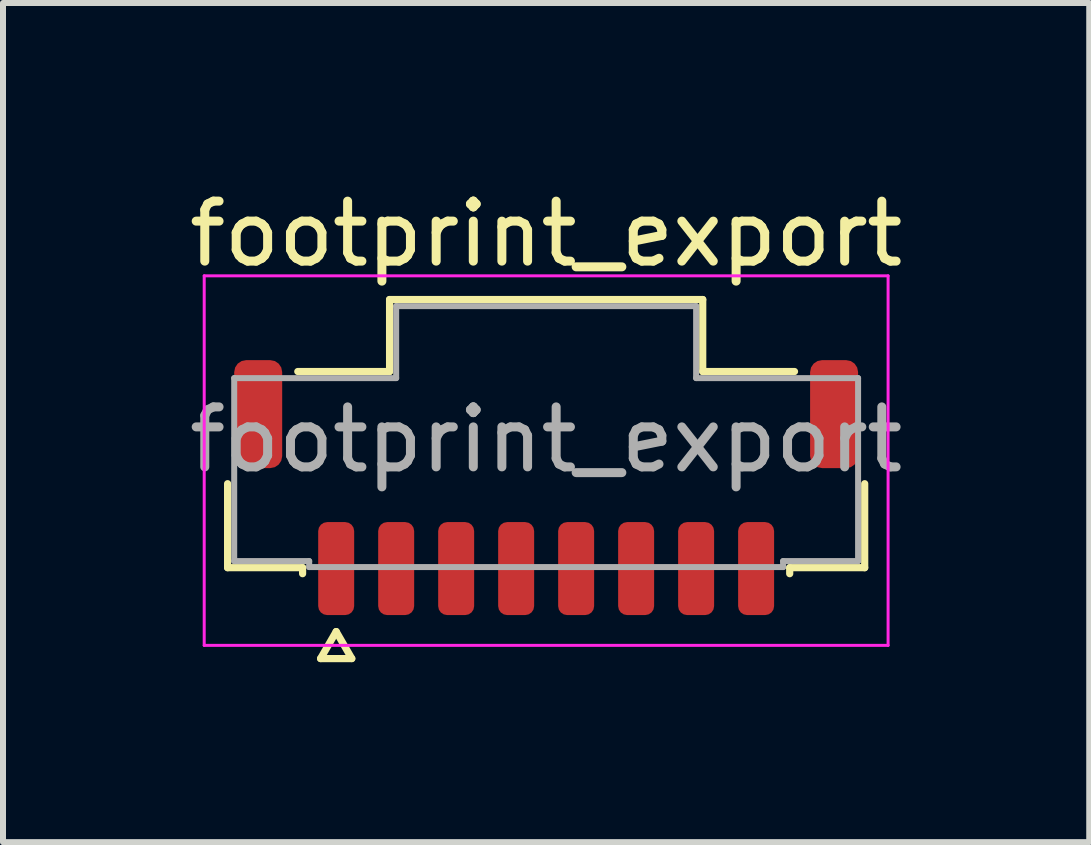
<source format=kicad_pcb>
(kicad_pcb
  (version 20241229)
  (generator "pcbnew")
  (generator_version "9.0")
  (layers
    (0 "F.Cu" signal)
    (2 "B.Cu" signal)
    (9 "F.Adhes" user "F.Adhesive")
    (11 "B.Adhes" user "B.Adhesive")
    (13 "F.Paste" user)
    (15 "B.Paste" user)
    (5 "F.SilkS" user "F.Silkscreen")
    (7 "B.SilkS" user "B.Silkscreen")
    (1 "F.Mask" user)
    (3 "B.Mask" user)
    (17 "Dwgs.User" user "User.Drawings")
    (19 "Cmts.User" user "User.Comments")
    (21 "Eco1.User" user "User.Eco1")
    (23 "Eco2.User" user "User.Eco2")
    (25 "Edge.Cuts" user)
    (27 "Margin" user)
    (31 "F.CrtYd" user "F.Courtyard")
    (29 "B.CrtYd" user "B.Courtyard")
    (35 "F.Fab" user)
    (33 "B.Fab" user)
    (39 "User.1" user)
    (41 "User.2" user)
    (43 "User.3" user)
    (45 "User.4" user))
  (footprint "footprint_export"
    (layer "F.Cu")
    (at 6.054 4.278)
    (property "Reference" "footprint_export" (at 0 -3.43 0) (layer "F.SilkS") (effects (font (size 1 1) (thickness 0.15))))
    (attr smd)
    (fp_line (start -5.31 2.135) (end -5.31 0.735) (stroke (width 0.12) (type solid)) (layer "F.SilkS"))
    (fp_line (start -4.14 -1.135) (end -2.61 -1.135) (stroke (width 0.12) (type solid)) (layer "F.SilkS"))
    (fp_line (start -4.06 2.135) (end -5.31 2.135) (stroke (width 0.12) (type solid)) (layer "F.SilkS"))
    (fp_line (start -4.06 2.235) (end -4.06 2.135) (stroke (width 0.12) (type solid)) (layer "F.SilkS"))
    (fp_line (start -3.76 3.65) (end -3.5 3.2) (stroke (width 0.12) (type solid)) (layer "F.SilkS"))
    (fp_line (start -3.5 3.2) (end -3.24 3.65) (stroke (width 0.12) (type solid)) (layer "F.SilkS"))
    (fp_line (start -3.24 3.65) (end -3.76 3.65) (stroke (width 0.12) (type solid)) (layer "F.SilkS"))
    (fp_line (start -2.61 -2.335) (end 2.61 -2.335) (stroke (width 0.12) (type solid)) (layer "F.SilkS"))
    (fp_line (start -2.61 -1.135) (end -2.61 -2.335) (stroke (width 0.12) (type solid)) (layer "F.SilkS"))
    (fp_line (start 2.61 -2.335) (end 2.61 -1.135) (stroke (width 0.12) (type solid)) (layer "F.SilkS"))
    (fp_line (start 2.61 -1.135) (end 4.14 -1.135) (stroke (width 0.12) (type solid)) (layer "F.SilkS"))
    (fp_line (start 4.06 2.135) (end 4.06 2.235) (stroke (width 0.12) (type solid)) (layer "F.SilkS"))
    (fp_line (start 5.31 0.735) (end 5.31 2.135) (stroke (width 0.12) (type solid)) (layer "F.SilkS"))
    (fp_line (start 5.31 2.135) (end 4.06 2.135) (stroke (width 0.12) (type solid)) (layer "F.SilkS"))
    (fp_line (start -5.7 -2.73) (end -5.7 3.43) (stroke (width 0.05) (type solid)) (layer "F.CrtYd"))
    (fp_line (start -5.7 3.43) (end 5.7 3.43) (stroke (width 0.05) (type solid)) (layer "F.CrtYd"))
    (fp_line (start 5.7 -2.73) (end -5.7 -2.73) (stroke (width 0.05) (type solid)) (layer "F.CrtYd"))
    (fp_line (start 5.7 3.43) (end 5.7 -2.73) (stroke (width 0.05) (type solid)) (layer "F.CrtYd"))
    (fp_line (start -5.2 -1.025) (end -2.5 -1.025) (stroke (width 0.1) (type solid)) (layer "F.Fab"))
    (fp_line (start -5.2 2.025) (end -5.2 -1.025) (stroke (width 0.1) (type solid)) (layer "F.Fab"))
    (fp_line (start -3.95 2.025) (end -5.2 2.025) (stroke (width 0.1) (type solid)) (layer "F.Fab"))
    (fp_line (start -3.95 2.125) (end -3.95 2.025) (stroke (width 0.1) (type solid)) (layer "F.Fab"))
    (fp_line (start -2.5 -2.225) (end 2.5 -2.225) (stroke (width 0.1) (type solid)) (layer "F.Fab"))
    (fp_line (start -2.5 -1.025) (end -2.5 -2.225) (stroke (width 0.1) (type solid)) (layer "F.Fab"))
    (fp_line (start 2.5 -2.225) (end 2.5 -1.025) (stroke (width 0.1) (type solid)) (layer "F.Fab"))
    (fp_line (start 2.5 -1.025) (end 5.2 -1.025) (stroke (width 0.1) (type solid)) (layer "F.Fab"))
    (fp_line (start 3.95 2.025) (end 3.95 2.125) (stroke (width 0.1) (type solid)) (layer "F.Fab"))
    (fp_line (start 3.95 2.125) (end -3.95 2.125) (stroke (width 0.1) (type solid)) (layer "F.Fab"))
    (fp_line (start 5.2 -1.025) (end 5.2 2.025) (stroke (width 0.1) (type solid)) (layer "F.Fab"))
    (fp_line (start 5.2 2.025) (end 3.95 2.025) (stroke (width 0.1) (type solid)) (layer "F.Fab"))
    (fp_text user "${REFERENCE}" (at 0 0 0) (layer "F.Fab") (effects (font (size 1 1) (thickness 0.15))))
    (pad "1" smd roundrect (at -3.5 2.15) (size 0.6 1.55) (layers "F.Cu" "F.Mask" "F.Paste") (roundrect_rratio 0.25))
    (pad "2" smd roundrect (at -2.5 2.15) (size 0.6 1.55) (layers "F.Cu" "F.Mask" "F.Paste") (roundrect_rratio 0.25))
    (pad "3" smd roundrect (at -1.5 2.15) (size 0.6 1.55) (layers "F.Cu" "F.Mask" "F.Paste") (roundrect_rratio 0.25))
    (pad "4" smd roundrect (at -0.5 2.15) (size 0.6 1.55) (layers "F.Cu" "F.Mask" "F.Paste") (roundrect_rratio 0.25))
    (pad "5" smd roundrect (at 0.5 2.15) (size 0.6 1.55) (layers "F.Cu" "F.Mask" "F.Paste") (roundrect_rratio 0.25))
    (pad "6" smd roundrect (at 1.5 2.15) (size 0.6 1.55) (layers "F.Cu" "F.Mask" "F.Paste") (roundrect_rratio 0.25))
    (pad "7" smd roundrect (at 2.5 2.15) (size 0.6 1.55) (layers "F.Cu" "F.Mask" "F.Paste") (roundrect_rratio 0.25))
    (pad "8" smd roundrect (at 3.5 2.15) (size 0.6 1.55) (layers "F.Cu" "F.Mask" "F.Paste") (roundrect_rratio 0.25))
    (pad "MP" smd roundrect (at -4.8 -0.425) (size 0.8 1.8) (layers "F.Cu" "F.Mask" "F.Paste") (roundrect_rratio 0.25))
    (pad "MP" smd roundrect (at 4.8 -0.425) (size 0.8 1.8) (layers "F.Cu" "F.Mask" "F.Paste") (roundrect_rratio 0.25)))
  (gr_rect
    (start -3 -3)
    (end 15.107 10.988)
    (stroke (width 0.1) (type default))
    (fill no)
    (layer "Edge.Cuts")))
</source>
